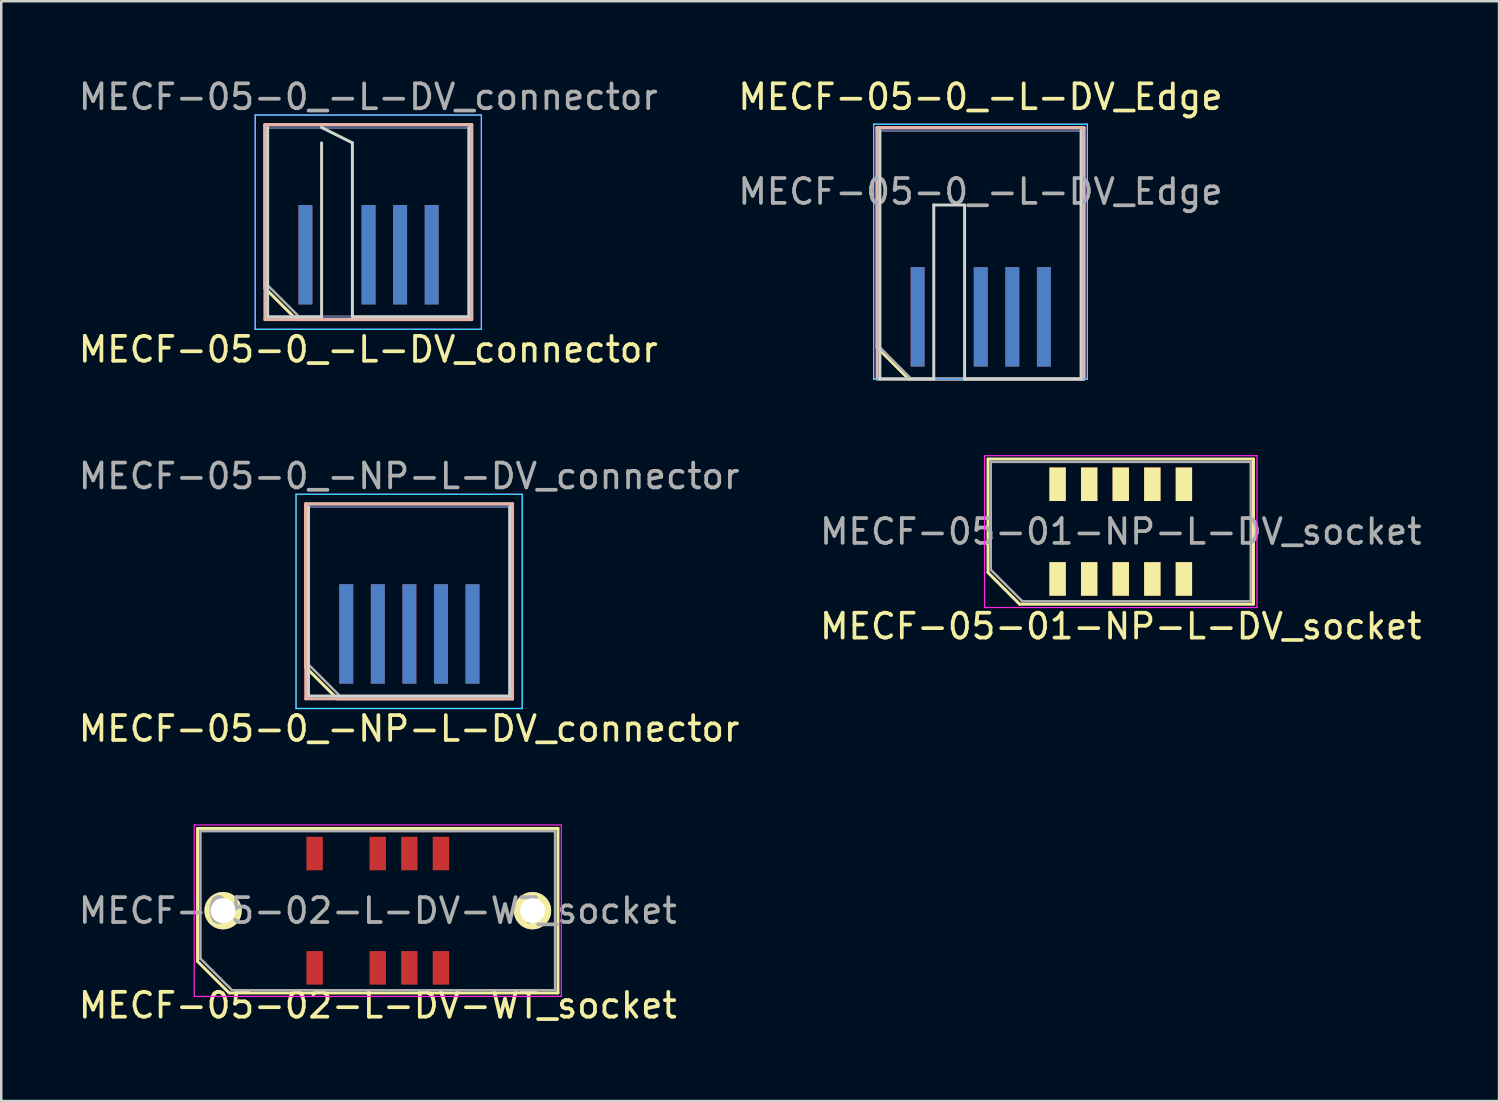
<source format=kicad_pcb>
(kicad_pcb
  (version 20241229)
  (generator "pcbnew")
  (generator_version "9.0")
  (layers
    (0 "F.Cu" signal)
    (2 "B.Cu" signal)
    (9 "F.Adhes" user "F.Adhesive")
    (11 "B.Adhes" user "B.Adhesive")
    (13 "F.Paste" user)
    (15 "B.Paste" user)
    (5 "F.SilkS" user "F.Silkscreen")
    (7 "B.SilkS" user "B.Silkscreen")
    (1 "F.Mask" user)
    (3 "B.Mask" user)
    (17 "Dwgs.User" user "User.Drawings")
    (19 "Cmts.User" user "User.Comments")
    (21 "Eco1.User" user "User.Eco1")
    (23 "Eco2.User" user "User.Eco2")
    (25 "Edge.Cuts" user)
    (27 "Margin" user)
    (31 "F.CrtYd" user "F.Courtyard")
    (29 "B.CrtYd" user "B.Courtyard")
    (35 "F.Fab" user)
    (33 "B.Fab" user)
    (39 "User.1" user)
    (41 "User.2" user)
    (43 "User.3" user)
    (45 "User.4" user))
  (footprint "MECF-05-01-NP-L-DV_socket"
    (layer "F.Cu")
    (at 42.042 18.338)
    (property "Reference" "MECF-05-01-NP-L-DV_socket" (at 0 3.81 0) (layer "F.SilkS") (effects (font (size 1 1) (thickness 0.15))))
    (attr through_hole)
    (fp_line (start -5.34 -2.92) (end 5.34 -2.92) (stroke (width 0.12) (type solid)) (layer "F.SilkS"))
    (fp_line (start -5.34 1.65) (end -5.34 -2.92) (stroke (width 0.12) (type solid)) (layer "F.SilkS"))
    (fp_line (start -4.07 2.92) (end -5.34 1.65) (stroke (width 0.12) (type solid)) (layer "F.SilkS"))
    (fp_line (start -4.07 2.92) (end 5.34 2.92) (stroke (width 0.12) (type solid)) (layer "F.SilkS"))
    (fp_line (start 5.34 2.92) (end 5.34 -2.92) (stroke (width 0.12) (type solid)) (layer "F.SilkS"))
    (fp_line (start -5.48 -3.055) (end -5.48 3.055) (stroke (width 0.05) (type solid)) (layer "F.CrtYd"))
    (fp_line (start -5.48 3.055) (end 5.48 3.055) (stroke (width 0.05) (type solid)) (layer "F.CrtYd"))
    (fp_line (start 5.48 -3.055) (end -5.48 -3.055) (stroke (width 0.05) (type solid)) (layer "F.CrtYd"))
    (fp_line (start 5.48 3.055) (end 5.48 -3.055) (stroke (width 0.05) (type solid)) (layer "F.CrtYd"))
    (fp_line (start -5.23 -2.805) (end 5.23 -2.805) (stroke (width 0.1) (type solid)) (layer "F.Fab"))
    (fp_line (start -5.23 1.535) (end -5.23 -2.805) (stroke (width 0.1) (type solid)) (layer "F.Fab"))
    (fp_line (start -5.23 1.535) (end -3.96 2.805) (stroke (width 0.1) (type solid)) (layer "F.Fab"))
    (fp_line (start -3.96 2.805) (end 5.23 2.805) (stroke (width 0.1) (type solid)) (layer "F.Fab"))
    (fp_line (start 5.23 2.805) (end 5.23 -2.805) (stroke (width 0.1) (type solid)) (layer "F.Fab"))
    (fp_text user "${REFERENCE}" (at 0 0 0) (layer "F.Fab") (effects (font (size 1 1) (thickness 0.15))))
    (pad "" np_thru_hole circle (at -4.32 0) (size 0.001 0.001) (drill 1.45) (layers "*.Cu" "*.Mask" "F.SilkS"))
    (pad "" np_thru_hole circle (at 4.32 1) (size 0.001 0.001) (drill 1.45) (layers "*.Cu" "*.Mask" "F.SilkS"))
    (pad "1" smd rect (at -2.54 1.905) (size 0.66 1.35) (layers "F.Cu" "F.Mask" "F.SilkS"))
    (pad "2" smd rect (at -2.54 -1.905) (size 0.66 1.35) (layers "F.Cu" "F.Mask" "F.SilkS"))
    (pad "3" smd rect (at -1.27 1.905) (size 0.66 1.35) (layers "F.Cu" "F.Mask" "F.SilkS"))
    (pad "4" smd rect (at -1.27 -1.905) (size 0.66 1.35) (layers "F.Cu" "F.Mask" "F.SilkS"))
    (pad "5" smd rect (at 0 1.905) (size 0.66 1.35) (layers "F.Cu" "F.Mask" "F.SilkS"))
    (pad "6" smd rect (at 0 -1.905) (size 0.66 1.35) (layers "F.Cu" "F.Mask" "F.SilkS"))
    (pad "7" smd rect (at 1.27 1.905) (size 0.66 1.35) (layers "F.Cu" "F.Mask" "F.SilkS"))
    (pad "8" smd rect (at 1.27 -1.905) (size 0.66 1.35) (layers "F.Cu" "F.Mask" "F.SilkS"))
    (pad "9" smd rect (at 2.54 1.905) (size 0.66 1.35) (layers "F.Cu" "F.Mask" "F.SilkS"))
    (pad "10" smd rect (at 2.54 -1.905) (size 0.66 1.35) (layers "F.Cu" "F.Mask" "F.SilkS")))
  (footprint "MECF-05-0_-L-DV_connector"
    (layer "F.Cu")
    (at 11.768 7.198)
    (property "Reference" "MECF-05-0_-L-DV_connector" (at 0 3.81 0) (layer "F.SilkS") (effects (font (size 1 1) (thickness 0.15))))
    (attr smd)
    (fp_line (start -4.16 -5.23) (end 4.16 -5.23) (stroke (width 0.12) (type solid)) (layer "F.SilkS"))
    (fp_line (start -4.16 1.34) (end -4.16 -5.23) (stroke (width 0.12) (type solid)) (layer "F.SilkS"))
    (fp_line (start -2.89 2.61) (end -4.16 1.34) (stroke (width 0.12) (type solid)) (layer "F.SilkS"))
    (fp_line (start -2.89 2.61) (end 4.16 2.61) (stroke (width 0.12) (type solid)) (layer "F.SilkS"))
    (fp_line (start 4.16 2.61) (end 4.16 -5.23) (stroke (width 0.12) (type solid)) (layer "F.SilkS"))
    (fp_line (start -4.16 -5.23) (end 4.16 -5.23) (stroke (width 0.12) (type solid)) (layer "B.SilkS"))
    (fp_line (start -4.16 2.61) (end -4.16 -5.23) (stroke (width 0.12) (type solid)) (layer "B.SilkS"))
    (fp_line (start -4.16 2.61) (end 4.16 2.61) (stroke (width 0.12) (type solid)) (layer "B.SilkS"))
    (fp_line (start 4.16 2.61) (end 4.16 -5.23) (stroke (width 0.12) (type solid)) (layer "B.SilkS"))
    (fp_line (start -4.05 2.5) (end -4.05 -5.12) (stroke (width 0.12) (type solid)) (layer "Edge.Cuts"))
    (fp_line (start -4.05 2.5) (end -1.88 2.5) (stroke (width 0.12) (type solid)) (layer "Edge.Cuts"))
    (fp_line (start -1.88 -5.12) (end -0.64 -4.5) (stroke (width 0.12) (type solid)) (layer "Edge.Cuts"))
    (fp_line (start -1.88 2.5) (end -1.88 -4.5) (stroke (width 0.12) (type solid)) (layer "Edge.Cuts"))
    (fp_line (start -0.64 2.5) (end -0.64 -4.5) (stroke (width 0.12) (type solid)) (layer "Edge.Cuts"))
    (fp_line (start -0.64 2.5) (end 4.05 2.5) (stroke (width 0.12) (type solid)) (layer "Edge.Cuts"))
    (fp_line (start 4.05 2.5) (end 4.05 -5.12) (stroke (width 0.12) (type solid)) (layer "Edge.Cuts"))
    (fp_line (start -4.55 -5.62) (end -4.55 3) (stroke (width 0.05) (type solid)) (layer "B.CrtYd"))
    (fp_line (start -4.55 3) (end 4.55 3) (stroke (width 0.05) (type solid)) (layer "B.CrtYd"))
    (fp_line (start 4.55 -5.62) (end -4.55 -5.62) (stroke (width 0.05) (type solid)) (layer "B.CrtYd"))
    (fp_line (start 4.55 3) (end 4.55 -5.62) (stroke (width 0.05) (type solid)) (layer "B.CrtYd"))
    (fp_line (start -4.55 -5.62) (end -4.55 3) (stroke (width 0.05) (type solid)) (layer "F.CrtYd"))
    (fp_line (start -4.55 3) (end 4.55 3) (stroke (width 0.05) (type solid)) (layer "F.CrtYd"))
    (fp_line (start 4.55 -5.62) (end -4.55 -5.62) (stroke (width 0.05) (type solid)) (layer "F.CrtYd"))
    (fp_line (start 4.55 3) (end 4.55 -5.62) (stroke (width 0.05) (type solid)) (layer "F.CrtYd"))
    (fp_line (start -4.05 -5.12) (end 4.05 -5.12) (stroke (width 0.1) (type solid)) (layer "B.Fab"))
    (fp_line (start -4.05 2.5) (end -4.05 -5.12) (stroke (width 0.1) (type solid)) (layer "B.Fab"))
    (fp_line (start -4.05 2.5) (end 4.05 2.5) (stroke (width 0.1) (type solid)) (layer "B.Fab"))
    (fp_line (start 4.05 2.5) (end 4.05 -5.12) (stroke (width 0.1) (type solid)) (layer "B.Fab"))
    (fp_line (start -4.05 -5.12) (end 4.05 -5.12) (stroke (width 0.1) (type solid)) (layer "F.Fab"))
    (fp_line (start -4.05 1.23) (end -4.05 -5.12) (stroke (width 0.1) (type solid)) (layer "F.Fab"))
    (fp_line (start -4.05 1.23) (end -2.78 2.5) (stroke (width 0.1) (type solid)) (layer "F.Fab"))
    (fp_line (start -2.78 2.5) (end 4.05 2.5) (stroke (width 0.1) (type solid)) (layer "F.Fab"))
    (fp_line (start 4.05 2.5) (end 4.05 -5.12) (stroke (width 0.1) (type solid)) (layer "F.Fab"))
    (fp_text user "${REFERENCE}" (at 0 -6.35 0) (layer "F.Fab") (effects (font (size 1 1) (thickness 0.15))))
    (pad "1" smd rect (at -2.53 0) (size 0.56 4) (layers "F.Cu" "F.Mask" "F.Paste"))
    (pad "2" smd rect (at -2.53 0) (size 0.56 4) (layers "B.Cu" "B.Mask" "B.Paste"))
    (pad "5" smd rect (at 0.01 0) (size 0.56 4) (layers "F.Cu" "F.Mask" "F.Paste"))
    (pad "6" smd rect (at 0.01 0) (size 0.56 4) (layers "B.Cu" "B.Mask" "B.Paste"))
    (pad "7" smd rect (at 1.28 0) (size 0.56 4) (layers "F.Cu" "F.Mask" "F.Paste"))
    (pad "8" smd rect (at 1.28 0) (size 0.56 4) (layers "B.Cu" "B.Mask" "B.Paste"))
    (pad "9" smd rect (at 2.55 0) (size 0.56 4) (layers "F.Cu" "F.Mask" "F.Paste"))
    (pad "10" smd rect (at 2.55 0) (size 0.56 4) (layers "B.Cu" "B.Mask" "B.Paste")))
  (footprint "MECF-05-0_-NP-L-DV_connector"
    (layer "F.Cu")
    (at 13.411 22.456)
    (property "Reference" "MECF-05-0_-NP-L-DV_connector" (at 0 3.81 0) (layer "F.SilkS") (effects (font (size 1 1) (thickness 0.15))))
    (attr smd)
    (fp_line (start -4.16 -5.23) (end 4.16 -5.23) (stroke (width 0.12) (type solid)) (layer "F.SilkS"))
    (fp_line (start -4.16 1.34) (end -4.16 -5.23) (stroke (width 0.12) (type solid)) (layer "F.SilkS"))
    (fp_line (start -2.89 2.61) (end -4.16 1.34) (stroke (width 0.12) (type solid)) (layer "F.SilkS"))
    (fp_line (start -2.89 2.61) (end 4.16 2.61) (stroke (width 0.12) (type solid)) (layer "F.SilkS"))
    (fp_line (start 4.16 2.61) (end 4.16 -5.23) (stroke (width 0.12) (type solid)) (layer "F.SilkS"))
    (fp_line (start -4.16 -5.23) (end 4.16 -5.23) (stroke (width 0.12) (type solid)) (layer "B.SilkS"))
    (fp_line (start -4.16 2.61) (end -4.16 -5.23) (stroke (width 0.12) (type solid)) (layer "B.SilkS"))
    (fp_line (start -4.16 2.61) (end 4.16 2.61) (stroke (width 0.12) (type solid)) (layer "B.SilkS"))
    (fp_line (start 4.16 2.61) (end 4.16 -5.23) (stroke (width 0.12) (type solid)) (layer "B.SilkS"))
    (fp_line (start -4.05 2.5) (end -4.05 -5.12) (stroke (width 0.12) (type solid)) (layer "Edge.Cuts"))
    (fp_line (start -4.05 2.5) (end 4.05 2.5) (stroke (width 0.12) (type solid)) (layer "Edge.Cuts"))
    (fp_line (start 4.05 2.5) (end 4.05 -5.12) (stroke (width 0.12) (type solid)) (layer "Edge.Cuts"))
    (fp_line (start -4.55 -5.62) (end -4.55 3) (stroke (width 0.05) (type solid)) (layer "B.CrtYd"))
    (fp_line (start -4.55 3) (end 4.55 3) (stroke (width 0.05) (type solid)) (layer "B.CrtYd"))
    (fp_line (start 4.55 -5.62) (end -4.55 -5.62) (stroke (width 0.05) (type solid)) (layer "B.CrtYd"))
    (fp_line (start 4.55 3) (end 4.55 -5.62) (stroke (width 0.05) (type solid)) (layer "B.CrtYd"))
    (fp_line (start -4.55 -5.62) (end -4.55 3) (stroke (width 0.05) (type solid)) (layer "F.CrtYd"))
    (fp_line (start -4.55 3) (end 4.55 3) (stroke (width 0.05) (type solid)) (layer "F.CrtYd"))
    (fp_line (start 4.55 -5.62) (end -4.55 -5.62) (stroke (width 0.05) (type solid)) (layer "F.CrtYd"))
    (fp_line (start 4.55 3) (end 4.55 -5.62) (stroke (width 0.05) (type solid)) (layer "F.CrtYd"))
    (fp_line (start -4.05 -5.12) (end 4.05 -5.12) (stroke (width 0.1) (type solid)) (layer "B.Fab"))
    (fp_line (start -4.05 2.5) (end -4.05 -5.12) (stroke (width 0.1) (type solid)) (layer "B.Fab"))
    (fp_line (start -4.05 2.5) (end 4.05 2.5) (stroke (width 0.1) (type solid)) (layer "B.Fab"))
    (fp_line (start 4.05 2.5) (end 4.05 -5.12) (stroke (width 0.1) (type solid)) (layer "B.Fab"))
    (fp_line (start -4.05 -5.12) (end 4.05 -5.12) (stroke (width 0.1) (type solid)) (layer "F.Fab"))
    (fp_line (start -4.05 1.23) (end -4.05 -5.12) (stroke (width 0.1) (type solid)) (layer "F.Fab"))
    (fp_line (start -4.05 1.23) (end -2.78 2.5) (stroke (width 0.1) (type solid)) (layer "F.Fab"))
    (fp_line (start -2.78 2.5) (end 4.05 2.5) (stroke (width 0.1) (type solid)) (layer "F.Fab"))
    (fp_line (start 4.05 2.5) (end 4.05 -5.12) (stroke (width 0.1) (type solid)) (layer "F.Fab"))
    (fp_text user "${REFERENCE}" (at 0 -6.35 0) (layer "F.Fab") (effects (font (size 1 1) (thickness 0.15))))
    (pad "1" smd rect (at -2.53 0) (size 0.56 4) (layers "F.Cu" "F.Mask" "F.Paste"))
    (pad "2" smd rect (at -2.53 0) (size 0.56 4) (layers "B.Cu" "B.Mask" "B.Paste"))
    (pad "3" smd rect (at -1.26 0) (size 0.56 4) (layers "F.Cu" "F.Mask" "F.Paste"))
    (pad "4" smd rect (at -1.26 0) (size 0.56 4) (layers "B.Cu" "B.Mask" "B.Paste"))
    (pad "5" smd rect (at 0.01 0) (size 0.56 4) (layers "F.Cu" "F.Mask" "F.Paste"))
    (pad "6" smd rect (at 0.01 0) (size 0.56 4) (layers "B.Cu" "B.Mask" "B.Paste"))
    (pad "7" smd rect (at 1.28 0) (size 0.56 4) (layers "F.Cu" "F.Mask" "F.Paste"))
    (pad "8" smd rect (at 1.28 0) (size 0.56 4) (layers "B.Cu" "B.Mask" "B.Paste"))
    (pad "9" smd rect (at 2.55 0) (size 0.56 4) (layers "F.Cu" "F.Mask" "F.Paste"))
    (pad "10" smd rect (at 2.55 0) (size 0.56 4) (layers "B.Cu" "B.Mask" "B.Paste")))
  (footprint "MECF-05-0_-L-DV_Edge"
    (layer "F.Cu")
    (at 36.399 7.198)
    (property "Reference" "MECF-05-0_-L-DV_Edge" (at 0 -6.35 0) (layer "F.SilkS") (effects (font (size 1 1) (thickness 0.15))))
    (attr exclude_from_pos_files exclude_from_bom)
    (fp_line (start -4.16 -5.11) (end 4.16 -5.11) (stroke (width 0.12) (type solid)) (layer "F.SilkS"))
    (fp_line (start -4.16 3.73) (end -4.16 -5.11) (stroke (width 0.12) (type solid)) (layer "F.SilkS"))
    (fp_line (start -2.89 5) (end -4.16 3.73) (stroke (width 0.12) (type solid)) (layer "F.SilkS"))
    (fp_line (start -2.89 5) (end 4.16 5) (stroke (width 0.12) (type solid)) (layer "F.SilkS"))
    (fp_line (start 4.16 5) (end 4.16 -5.11) (stroke (width 0.12) (type solid)) (layer "F.SilkS"))
    (fp_line (start -4.16 -5.11) (end 4.16 -5.11) (stroke (width 0.12) (type solid)) (layer "B.SilkS"))
    (fp_line (start -4.16 5) (end -4.16 -5.11) (stroke (width 0.12) (type solid)) (layer "B.SilkS"))
    (fp_line (start -4.16 5) (end 4.16 5) (stroke (width 0.12) (type solid)) (layer "B.SilkS"))
    (fp_line (start 4.16 5) (end 4.16 -5.11) (stroke (width 0.12) (type solid)) (layer "B.SilkS"))
    (fp_line (start -4.05 5) (end -4.05 -5) (stroke (width 0.12) (type solid)) (layer "Edge.Cuts"))
    (fp_line (start -4.05 5) (end -1.88 5) (stroke (width 0.12) (type solid)) (layer "Edge.Cuts"))
    (fp_line (start -1.88 -2) (end -0.64 -2) (stroke (width 0.12) (type solid)) (layer "Edge.Cuts"))
    (fp_line (start -1.88 5) (end -1.88 -2) (stroke (width 0.12) (type solid)) (layer "Edge.Cuts"))
    (fp_line (start -0.64 5) (end -0.64 -2) (stroke (width 0.12) (type solid)) (layer "Edge.Cuts"))
    (fp_line (start -0.64 5) (end 4.05 5) (stroke (width 0.12) (type solid)) (layer "Edge.Cuts"))
    (fp_line (start 4.05 5) (end 4.05 -5) (stroke (width 0.12) (type solid)) (layer "Edge.Cuts"))
    (fp_line (start -4.3 -5.25) (end -4.3 5) (stroke (width 0.05) (type solid)) (layer "B.CrtYd"))
    (fp_line (start -4.3 5) (end 4.3 5) (stroke (width 0.05) (type solid)) (layer "B.CrtYd"))
    (fp_line (start 4.3 -5.25) (end -4.3 -5.25) (stroke (width 0.05) (type solid)) (layer "B.CrtYd"))
    (fp_line (start 4.3 5) (end 4.3 -5.25) (stroke (width 0.05) (type solid)) (layer "B.CrtYd"))
    (fp_line (start -4.3 -5.25) (end -4.3 5) (stroke (width 0.05) (type solid)) (layer "F.CrtYd"))
    (fp_line (start -4.3 5) (end 4.3 5) (stroke (width 0.05) (type solid)) (layer "F.CrtYd"))
    (fp_line (start 4.3 -5.25) (end -4.3 -5.25) (stroke (width 0.05) (type solid)) (layer "F.CrtYd"))
    (fp_line (start 4.3 5) (end 4.3 -5.25) (stroke (width 0.05) (type solid)) (layer "F.CrtYd"))
    (fp_line (start -4.05 -5) (end 4.05 -5) (stroke (width 0.1) (type solid)) (layer "B.Fab"))
    (fp_line (start -4.05 5) (end -4.05 -5) (stroke (width 0.1) (type solid)) (layer "B.Fab"))
    (fp_line (start -4.05 5) (end 4.05 5) (stroke (width 0.1) (type solid)) (layer "B.Fab"))
    (fp_line (start 4.05 5) (end 4.05 -5) (stroke (width 0.1) (type solid)) (layer "B.Fab"))
    (fp_line (start -4.05 -5) (end 4.05 -5) (stroke (width 0.1) (type solid)) (layer "F.Fab"))
    (fp_line (start -4.05 3.73) (end -4.05 -5) (stroke (width 0.1) (type solid)) (layer "F.Fab"))
    (fp_line (start -4.05 3.73) (end -2.78 5) (stroke (width 0.1) (type solid)) (layer "F.Fab"))
    (fp_line (start -2.78 5) (end 4.05 5) (stroke (width 0.1) (type solid)) (layer "F.Fab"))
    (fp_line (start 4.05 5) (end 4.05 -5) (stroke (width 0.1) (type solid)) (layer "F.Fab"))
    (fp_text user "${REFERENCE}" (at 0 -2.54 0) (layer "F.Fab") (effects (font (size 1 1) (thickness 0.15))))
    (pad "1" smd rect (at -2.53 2.5) (size 0.56 4) (layers "F.Cu" "F.Mask" "F.Paste"))
    (pad "2" smd rect (at -2.53 2.5) (size 0.56 4) (layers "B.Cu" "B.Mask" "B.Paste"))
    (pad "5" smd rect (at 0.01 2.5) (size 0.56 4) (layers "F.Cu" "F.Mask" "F.Paste"))
    (pad "6" smd rect (at 0.01 2.5) (size 0.56 4) (layers "B.Cu" "B.Mask" "B.Paste"))
    (pad "7" smd rect (at 1.28 2.5) (size 0.56 4) (layers "F.Cu" "F.Mask" "F.Paste"))
    (pad "8" smd rect (at 1.28 2.5) (size 0.56 4) (layers "B.Cu" "B.Mask" "B.Paste"))
    (pad "9" smd rect (at 2.55 2.5) (size 0.56 4) (layers "F.Cu" "F.Mask" "F.Paste"))
    (pad "10" smd rect (at 2.55 2.5) (size 0.56 4) (layers "B.Cu" "B.Mask" "B.Paste")))
  (footprint "MECF-05-02-L-DV-WT_socket"
    (layer "F.Cu")
    (at 12.149 33.59)
    (property "Reference" "MECF-05-02-L-DV-WT_socket" (at 0 3.81 0) (layer "F.SilkS") (effects (font (size 1 1) (thickness 0.15))))
    (attr smd)
    (fp_line (start -7.25 -3.31) (end 7.25 -3.31) (stroke (width 0.12) (type solid)) (layer "F.SilkS"))
    (fp_line (start -7.25 2.04) (end -7.25 -3.31) (stroke (width 0.12) (type solid)) (layer "F.SilkS"))
    (fp_line (start -5.98 3.31) (end -7.25 2.04) (stroke (width 0.12) (type solid)) (layer "F.SilkS"))
    (fp_line (start -5.98 3.31) (end 7.25 3.31) (stroke (width 0.12) (type solid)) (layer "F.SilkS"))
    (fp_line (start 7.25 3.31) (end 7.25 -3.31) (stroke (width 0.12) (type solid)) (layer "F.SilkS"))
    (fp_line (start -7.385 -3.45) (end -7.385 3.45) (stroke (width 0.05) (type solid)) (layer "F.CrtYd"))
    (fp_line (start -7.385 3.45) (end 7.385 3.45) (stroke (width 0.05) (type solid)) (layer "F.CrtYd"))
    (fp_line (start 7.385 -3.45) (end -7.385 -3.45) (stroke (width 0.05) (type solid)) (layer "F.CrtYd"))
    (fp_line (start 7.385 3.45) (end 7.385 -3.45) (stroke (width 0.05) (type solid)) (layer "F.CrtYd"))
    (fp_line (start -7.135 -3.2) (end 7.135 -3.2) (stroke (width 0.1) (type solid)) (layer "F.Fab"))
    (fp_line (start -7.135 1.93) (end -7.135 -3.2) (stroke (width 0.1) (type solid)) (layer "F.Fab"))
    (fp_line (start -7.135 1.93) (end -5.865 3.2) (stroke (width 0.1) (type solid)) (layer "F.Fab"))
    (fp_line (start -5.865 3.2) (end 7.135 3.2) (stroke (width 0.1) (type solid)) (layer "F.Fab"))
    (fp_line (start 7.135 3.2) (end 7.135 -3.2) (stroke (width 0.1) (type solid)) (layer "F.Fab"))
    (fp_text user "${REFERENCE}" (at 0 0 0) (layer "F.Fab") (effects (font (size 1 1) (thickness 0.15))))
    (pad "" np_thru_hole circle (at -4.32 0) (size 0.001 0.001) (drill 1.45) (layers "*.Cu" "*.Mask" "F.SilkS"))
    (pad "" np_thru_hole circle (at 4.32 1) (size 0.001 0.001) (drill 1.45) (layers "*.Cu" "*.Mask" "F.SilkS"))
    (pad "1" smd rect (at -2.54 2.3) (size 0.66 1.35) (layers "F.Cu" "F.Mask" "F.Paste"))
    (pad "2" smd rect (at -2.54 -2.3) (size 0.66 1.35) (layers "F.Cu" "F.Mask" "F.Paste"))
    (pad "5" smd rect (at 0 2.3) (size 0.66 1.35) (layers "F.Cu" "F.Mask" "F.Paste"))
    (pad "6" smd rect (at 0 -2.3) (size 0.66 1.35) (layers "F.Cu" "F.Mask" "F.Paste"))
    (pad "7" smd rect (at 1.27 2.3) (size 0.66 1.35) (layers "F.Cu" "F.Mask" "F.Paste"))
    (pad "8" smd rect (at 1.27 -2.3) (size 0.66 1.35) (layers "F.Cu" "F.Mask" "F.Paste"))
    (pad "9" smd rect (at 2.54 2.3) (size 0.66 1.35) (layers "F.Cu" "F.Mask" "F.Paste"))
    (pad "10" smd rect (at 2.54 -2.3) (size 0.66 1.35) (layers "F.Cu" "F.Mask" "F.Paste"))
    (pad "None" thru_hole circle (at -6.225 0) (size 1.5 1.5) (drill 1) (layers "*.Cu" "*.Mask" "F.SilkS"))
    (pad "None" thru_hole circle (at 6.225 0) (size 1.5 1.5) (drill 1) (layers "*.Cu" "*.Mask" "F.SilkS")))
  (gr_rect
    (start -3 -3)
    (end 57.262 41.248)
    (stroke (width 0.1) (type default))
    (fill no)
    (layer "Edge.Cuts")))
</source>
